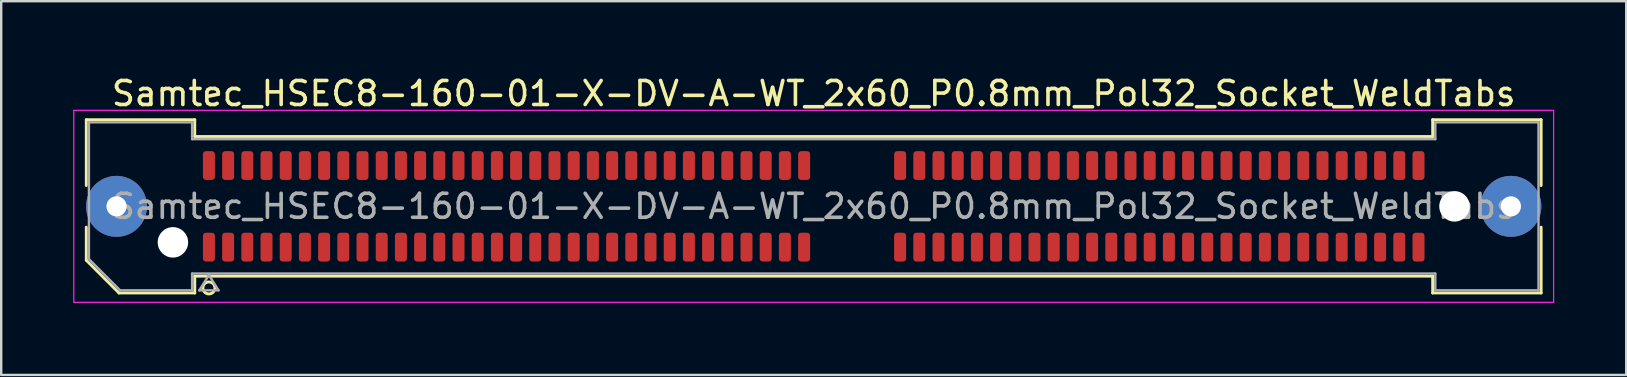
<source format=kicad_pcb>
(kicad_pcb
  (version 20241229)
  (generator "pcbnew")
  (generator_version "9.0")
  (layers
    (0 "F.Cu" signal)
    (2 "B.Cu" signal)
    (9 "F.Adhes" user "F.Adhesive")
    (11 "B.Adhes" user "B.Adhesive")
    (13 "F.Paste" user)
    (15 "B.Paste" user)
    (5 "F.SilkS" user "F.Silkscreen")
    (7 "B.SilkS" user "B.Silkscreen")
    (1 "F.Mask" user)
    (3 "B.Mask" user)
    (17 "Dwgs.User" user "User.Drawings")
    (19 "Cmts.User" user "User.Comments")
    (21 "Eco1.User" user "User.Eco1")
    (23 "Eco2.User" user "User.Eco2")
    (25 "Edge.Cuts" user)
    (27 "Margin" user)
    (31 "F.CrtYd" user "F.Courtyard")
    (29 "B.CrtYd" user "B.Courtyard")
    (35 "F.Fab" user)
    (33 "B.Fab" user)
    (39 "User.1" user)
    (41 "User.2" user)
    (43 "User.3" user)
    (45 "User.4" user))
  (footprint "Samtec_HSEC8-160-01-X-DV-A-WT_2x60_P0.8mm_Pol32_Socket_WeldTabs"
    (layer "F.Cu")
    (at 30.855 5.548)
    (property "Reference" "Samtec_HSEC8-160-01-X-DV-A-WT_2x60_P0.8mm_Pol32_Socket_WeldTabs" (at 0 -4.7 0) (layer "F.SilkS") (effects (font (size 1 1) (thickness 0.15))))
    (attr smd)
    (fp_line (start -30.31 -3.61) (end -25.79 -3.61) (stroke (width 0.12) (type solid)) (layer "F.SilkS"))
    (fp_line (start -30.31 -0.868) (end -30.31 -3.61) (stroke (width 0.12) (type solid)) (layer "F.SilkS"))
    (fp_line (start -30.31 2.246) (end -30.31 0.868) (stroke (width 0.12) (type solid)) (layer "F.SilkS"))
    (fp_line (start -28.946 3.61) (end -30.31 2.246) (stroke (width 0.12) (type solid)) (layer "F.SilkS"))
    (fp_line (start -25.79 -3.61) (end -25.79 -2.91) (stroke (width 0.12) (type solid)) (layer "F.SilkS"))
    (fp_line (start -25.79 -2.91) (end 25.79 -2.91) (stroke (width 0.12) (type solid)) (layer "F.SilkS"))
    (fp_line (start -25.79 2.91) (end -25.79 3.61) (stroke (width 0.12) (type solid)) (layer "F.SilkS"))
    (fp_line (start -25.79 3.61) (end -28.946 3.61) (stroke (width 0.12) (type solid)) (layer "F.SilkS"))
    (fp_line (start 25.79 -3.61) (end 30.31 -3.61) (stroke (width 0.12) (type solid)) (layer "F.SilkS"))
    (fp_line (start 25.79 -2.91) (end 25.79 -3.61) (stroke (width 0.12) (type solid)) (layer "F.SilkS"))
    (fp_line (start 25.79 2.91) (end -25.79 2.91) (stroke (width 0.12) (type solid)) (layer "F.SilkS"))
    (fp_line (start 25.79 3.61) (end 25.79 2.91) (stroke (width 0.12) (type solid)) (layer "F.SilkS"))
    (fp_line (start 30.31 -3.61) (end 30.31 -0.868) (stroke (width 0.12) (type solid)) (layer "F.SilkS"))
    (fp_line (start 30.31 0.868) (end 30.31 3.61) (stroke (width 0.12) (type solid)) (layer "F.SilkS"))
    (fp_line (start 30.31 3.61) (end 25.79 3.61) (stroke (width 0.12) (type solid)) (layer "F.SilkS"))
    (fp_circle (center -25.2 3.4) (end -24.95 3.4) (stroke (width 0.12) (type solid)) (fill no) (layer "F.SilkS"))
    (fp_line (start -30.83 -4) (end -30.83 4) (stroke (width 0.05) (type solid)) (layer "F.CrtYd"))
    (fp_line (start -30.83 4) (end 30.83 4) (stroke (width 0.05) (type solid)) (layer "F.CrtYd"))
    (fp_line (start 30.83 -4) (end -30.83 -4) (stroke (width 0.05) (type solid)) (layer "F.CrtYd"))
    (fp_line (start 30.83 4) (end 30.83 -4) (stroke (width 0.05) (type solid)) (layer "F.CrtYd"))
    (fp_line (start -30.2 -3.5) (end -25.9 -3.5) (stroke (width 0.1) (type solid)) (layer "F.Fab"))
    (fp_line (start -30.2 2.2) (end -30.2 -3.5) (stroke (width 0.1) (type solid)) (layer "F.Fab"))
    (fp_line (start -28.9 3.5) (end -30.2 2.2) (stroke (width 0.1) (type solid)) (layer "F.Fab"))
    (fp_line (start -25.9 -3.5) (end -25.9 -2.8) (stroke (width 0.1) (type solid)) (layer "F.Fab"))
    (fp_line (start -25.9 -2.8) (end 25.9 -2.8) (stroke (width 0.1) (type solid)) (layer "F.Fab"))
    (fp_line (start -25.9 2.8) (end -25.9 3.5) (stroke (width 0.1) (type solid)) (layer "F.Fab"))
    (fp_line (start -25.9 3.5) (end -28.9 3.5) (stroke (width 0.1) (type solid)) (layer "F.Fab"))
    (fp_line (start -25.6 3.5) (end -25.2 2.86) (stroke (width 0.1) (type solid)) (layer "F.Fab"))
    (fp_line (start -25.2 2.86) (end -24.8 3.5) (stroke (width 0.1) (type solid)) (layer "F.Fab"))
    (fp_line (start -24.8 3.5) (end -25.6 3.5) (stroke (width 0.1) (type solid)) (layer "F.Fab"))
    (fp_line (start 25.9 -3.5) (end 30.2 -3.5) (stroke (width 0.1) (type solid)) (layer "F.Fab"))
    (fp_line (start 25.9 -2.8) (end 25.9 -3.5) (stroke (width 0.1) (type solid)) (layer "F.Fab"))
    (fp_line (start 25.9 2.8) (end -25.9 2.8) (stroke (width 0.1) (type solid)) (layer "F.Fab"))
    (fp_line (start 25.9 3.5) (end 25.9 2.8) (stroke (width 0.1) (type solid)) (layer "F.Fab"))
    (fp_line (start 30.2 -3.5) (end 30.2 3.5) (stroke (width 0.1) (type solid)) (layer "F.Fab"))
    (fp_line (start 30.2 3.5) (end 25.9 3.5) (stroke (width 0.1) (type solid)) (layer "F.Fab"))
    (fp_text user "${REFERENCE}" (at 0 0 0) (layer "F.Fab") (effects (font (size 1 1) (thickness 0.15))))
    (pad "" thru_hole circle (at -29.05 0) (size 2.54 2.54) (drill 0.84) (layers "*.Cu" "*.Mask" "F.Paste"))
    (pad "" np_thru_hole circle (at -26.7 1.5) (size 1.27 1.27) (drill 1.27) (layers "*.Cu" "*.Mask"))
    (pad "" np_thru_hole circle (at 26.7 0) (size 1.27 1.27) (drill 1.27) (layers "*.Cu" "*.Mask"))
    (pad "" thru_hole circle (at 29.05 0) (size 2.54 2.54) (drill 0.84) (layers "*.Cu" "*.Mask" "F.Paste"))
    (pad "1" smd roundrect (at -25.2 1.7) (size 0.5 1.2) (layers "F.Cu" "F.Mask" "F.Paste") (roundrect_rratio 0.25))
    (pad "2" smd roundrect (at -25.2 -1.7) (size 0.5 1.2) (layers "F.Cu" "F.Mask" "F.Paste") (roundrect_rratio 0.25))
    (pad "3" smd roundrect (at -24.4 1.7) (size 0.5 1.2) (layers "F.Cu" "F.Mask" "F.Paste") (roundrect_rratio 0.25))
    (pad "4" smd roundrect (at -24.4 -1.7) (size 0.5 1.2) (layers "F.Cu" "F.Mask" "F.Paste") (roundrect_rratio 0.25))
    (pad "5" smd roundrect (at -23.6 1.7) (size 0.5 1.2) (layers "F.Cu" "F.Mask" "F.Paste") (roundrect_rratio 0.25))
    (pad "6" smd roundrect (at -23.6 -1.7) (size 0.5 1.2) (layers "F.Cu" "F.Mask" "F.Paste") (roundrect_rratio 0.25))
    (pad "7" smd roundrect (at -22.8 1.7) (size 0.5 1.2) (layers "F.Cu" "F.Mask" "F.Paste") (roundrect_rratio 0.25))
    (pad "8" smd roundrect (at -22.8 -1.7) (size 0.5 1.2) (layers "F.Cu" "F.Mask" "F.Paste") (roundrect_rratio 0.25))
    (pad "9" smd roundrect (at -22 1.7) (size 0.5 1.2) (layers "F.Cu" "F.Mask" "F.Paste") (roundrect_rratio 0.25))
    (pad "10" smd roundrect (at -22 -1.7) (size 0.5 1.2) (layers "F.Cu" "F.Mask" "F.Paste") (roundrect_rratio 0.25))
    (pad "11" smd roundrect (at -21.2 1.7) (size 0.5 1.2) (layers "F.Cu" "F.Mask" "F.Paste") (roundrect_rratio 0.25))
    (pad "12" smd roundrect (at -21.2 -1.7) (size 0.5 1.2) (layers "F.Cu" "F.Mask" "F.Paste") (roundrect_rratio 0.25))
    (pad "13" smd roundrect (at -20.4 1.7) (size 0.5 1.2) (layers "F.Cu" "F.Mask" "F.Paste") (roundrect_rratio 0.25))
    (pad "14" smd roundrect (at -20.4 -1.7) (size 0.5 1.2) (layers "F.Cu" "F.Mask" "F.Paste") (roundrect_rratio 0.25))
    (pad "15" smd roundrect (at -19.6 1.7) (size 0.5 1.2) (layers "F.Cu" "F.Mask" "F.Paste") (roundrect_rratio 0.25))
    (pad "16" smd roundrect (at -19.6 -1.7) (size 0.5 1.2) (layers "F.Cu" "F.Mask" "F.Paste") (roundrect_rratio 0.25))
    (pad "17" smd roundrect (at -18.8 1.7) (size 0.5 1.2) (layers "F.Cu" "F.Mask" "F.Paste") (roundrect_rratio 0.25))
    (pad "18" smd roundrect (at -18.8 -1.7) (size 0.5 1.2) (layers "F.Cu" "F.Mask" "F.Paste") (roundrect_rratio 0.25))
    (pad "19" smd roundrect (at -18 1.7) (size 0.5 1.2) (layers "F.Cu" "F.Mask" "F.Paste") (roundrect_rratio 0.25))
    (pad "20" smd roundrect (at -18 -1.7) (size 0.5 1.2) (layers "F.Cu" "F.Mask" "F.Paste") (roundrect_rratio 0.25))
    (pad "21" smd roundrect (at -17.2 1.7) (size 0.5 1.2) (layers "F.Cu" "F.Mask" "F.Paste") (roundrect_rratio 0.25))
    (pad "22" smd roundrect (at -17.2 -1.7) (size 0.5 1.2) (layers "F.Cu" "F.Mask" "F.Paste") (roundrect_rratio 0.25))
    (pad "23" smd roundrect (at -16.4 1.7) (size 0.5 1.2) (layers "F.Cu" "F.Mask" "F.Paste") (roundrect_rratio 0.25))
    (pad "24" smd roundrect (at -16.4 -1.7) (size 0.5 1.2) (layers "F.Cu" "F.Mask" "F.Paste") (roundrect_rratio 0.25))
    (pad "25" smd roundrect (at -15.6 1.7) (size 0.5 1.2) (layers "F.Cu" "F.Mask" "F.Paste") (roundrect_rratio 0.25))
    (pad "26" smd roundrect (at -15.6 -1.7) (size 0.5 1.2) (layers "F.Cu" "F.Mask" "F.Paste") (roundrect_rratio 0.25))
    (pad "27" smd roundrect (at -14.8 1.7) (size 0.5 1.2) (layers "F.Cu" "F.Mask" "F.Paste") (roundrect_rratio 0.25))
    (pad "28" smd roundrect (at -14.8 -1.7) (size 0.5 1.2) (layers "F.Cu" "F.Mask" "F.Paste") (roundrect_rratio 0.25))
    (pad "29" smd roundrect (at -14 1.7) (size 0.5 1.2) (layers "F.Cu" "F.Mask" "F.Paste") (roundrect_rratio 0.25))
    (pad "30" smd roundrect (at -14 -1.7) (size 0.5 1.2) (layers "F.Cu" "F.Mask" "F.Paste") (roundrect_rratio 0.25))
    (pad "31" smd roundrect (at -13.2 1.7) (size 0.5 1.2) (layers "F.Cu" "F.Mask" "F.Paste") (roundrect_rratio 0.25))
    (pad "32" smd roundrect (at -13.2 -1.7) (size 0.5 1.2) (layers "F.Cu" "F.Mask" "F.Paste") (roundrect_rratio 0.25))
    (pad "33" smd roundrect (at -12.4 1.7) (size 0.5 1.2) (layers "F.Cu" "F.Mask" "F.Paste") (roundrect_rratio 0.25))
    (pad "34" smd roundrect (at -12.4 -1.7) (size 0.5 1.2) (layers "F.Cu" "F.Mask" "F.Paste") (roundrect_rratio 0.25))
    (pad "35" smd roundrect (at -11.6 1.7) (size 0.5 1.2) (layers "F.Cu" "F.Mask" "F.Paste") (roundrect_rratio 0.25))
    (pad "36" smd roundrect (at -11.6 -1.7) (size 0.5 1.2) (layers "F.Cu" "F.Mask" "F.Paste") (roundrect_rratio 0.25))
    (pad "37" smd roundrect (at -10.8 1.7) (size 0.5 1.2) (layers "F.Cu" "F.Mask" "F.Paste") (roundrect_rratio 0.25))
    (pad "38" smd roundrect (at -10.8 -1.7) (size 0.5 1.2) (layers "F.Cu" "F.Mask" "F.Paste") (roundrect_rratio 0.25))
    (pad "39" smd roundrect (at -10 1.7) (size 0.5 1.2) (layers "F.Cu" "F.Mask" "F.Paste") (roundrect_rratio 0.25))
    (pad "40" smd roundrect (at -10 -1.7) (size 0.5 1.2) (layers "F.Cu" "F.Mask" "F.Paste") (roundrect_rratio 0.25))
    (pad "41" smd roundrect (at -9.2 1.7) (size 0.5 1.2) (layers "F.Cu" "F.Mask" "F.Paste") (roundrect_rratio 0.25))
    (pad "42" smd roundrect (at -9.2 -1.7) (size 0.5 1.2) (layers "F.Cu" "F.Mask" "F.Paste") (roundrect_rratio 0.25))
    (pad "43" smd roundrect (at -8.4 1.7) (size 0.5 1.2) (layers "F.Cu" "F.Mask" "F.Paste") (roundrect_rratio 0.25))
    (pad "44" smd roundrect (at -8.4 -1.7) (size 0.5 1.2) (layers "F.Cu" "F.Mask" "F.Paste") (roundrect_rratio 0.25))
    (pad "45" smd roundrect (at -7.6 1.7) (size 0.5 1.2) (layers "F.Cu" "F.Mask" "F.Paste") (roundrect_rratio 0.25))
    (pad "46" smd roundrect (at -7.6 -1.7) (size 0.5 1.2) (layers "F.Cu" "F.Mask" "F.Paste") (roundrect_rratio 0.25))
    (pad "47" smd roundrect (at -6.8 1.7) (size 0.5 1.2) (layers "F.Cu" "F.Mask" "F.Paste") (roundrect_rratio 0.25))
    (pad "48" smd roundrect (at -6.8 -1.7) (size 0.5 1.2) (layers "F.Cu" "F.Mask" "F.Paste") (roundrect_rratio 0.25))
    (pad "49" smd roundrect (at -6 1.7) (size 0.5 1.2) (layers "F.Cu" "F.Mask" "F.Paste") (roundrect_rratio 0.25))
    (pad "50" smd roundrect (at -6 -1.7) (size 0.5 1.2) (layers "F.Cu" "F.Mask" "F.Paste") (roundrect_rratio 0.25))
    (pad "51" smd roundrect (at -5.2 1.7) (size 0.5 1.2) (layers "F.Cu" "F.Mask" "F.Paste") (roundrect_rratio 0.25))
    (pad "52" smd roundrect (at -5.2 -1.7) (size 0.5 1.2) (layers "F.Cu" "F.Mask" "F.Paste") (roundrect_rratio 0.25))
    (pad "53" smd roundrect (at -4.4 1.7) (size 0.5 1.2) (layers "F.Cu" "F.Mask" "F.Paste") (roundrect_rratio 0.25))
    (pad "54" smd roundrect (at -4.4 -1.7) (size 0.5 1.2) (layers "F.Cu" "F.Mask" "F.Paste") (roundrect_rratio 0.25))
    (pad "55" smd roundrect (at -3.6 1.7) (size 0.5 1.2) (layers "F.Cu" "F.Mask" "F.Paste") (roundrect_rratio 0.25))
    (pad "56" smd roundrect (at -3.6 -1.7) (size 0.5 1.2) (layers "F.Cu" "F.Mask" "F.Paste") (roundrect_rratio 0.25))
    (pad "57" smd roundrect (at -2.8 1.7) (size 0.5 1.2) (layers "F.Cu" "F.Mask" "F.Paste") (roundrect_rratio 0.25))
    (pad "58" smd roundrect (at -2.8 -1.7) (size 0.5 1.2) (layers "F.Cu" "F.Mask" "F.Paste") (roundrect_rratio 0.25))
    (pad "59" smd roundrect (at -2 1.7) (size 0.5 1.2) (layers "F.Cu" "F.Mask" "F.Paste") (roundrect_rratio 0.25))
    (pad "60" smd roundrect (at -2 -1.7) (size 0.5 1.2) (layers "F.Cu" "F.Mask" "F.Paste") (roundrect_rratio 0.25))
    (pad "61" smd roundrect (at -1.2 1.7) (size 0.5 1.2) (layers "F.Cu" "F.Mask" "F.Paste") (roundrect_rratio 0.25))
    (pad "62" smd roundrect (at -1.2 -1.7) (size 0.5 1.2) (layers "F.Cu" "F.Mask" "F.Paste") (roundrect_rratio 0.25))
    (pad "63" smd roundrect (at -0.4 1.7) (size 0.5 1.2) (layers "F.Cu" "F.Mask" "F.Paste") (roundrect_rratio 0.25))
    (pad "64" smd roundrect (at -0.4 -1.7) (size 0.5 1.2) (layers "F.Cu" "F.Mask" "F.Paste") (roundrect_rratio 0.25))
    (pad "65" smd roundrect (at 3.6 1.7) (size 0.5 1.2) (layers "F.Cu" "F.Mask" "F.Paste") (roundrect_rratio 0.25))
    (pad "66" smd roundrect (at 3.6 -1.7) (size 0.5 1.2) (layers "F.Cu" "F.Mask" "F.Paste") (roundrect_rratio 0.25))
    (pad "67" smd roundrect (at 4.4 1.7) (size 0.5 1.2) (layers "F.Cu" "F.Mask" "F.Paste") (roundrect_rratio 0.25))
    (pad "68" smd roundrect (at 4.4 -1.7) (size 0.5 1.2) (layers "F.Cu" "F.Mask" "F.Paste") (roundrect_rratio 0.25))
    (pad "69" smd roundrect (at 5.2 1.7) (size 0.5 1.2) (layers "F.Cu" "F.Mask" "F.Paste") (roundrect_rratio 0.25))
    (pad "70" smd roundrect (at 5.2 -1.7) (size 0.5 1.2) (layers "F.Cu" "F.Mask" "F.Paste") (roundrect_rratio 0.25))
    (pad "71" smd roundrect (at 6 1.7) (size 0.5 1.2) (layers "F.Cu" "F.Mask" "F.Paste") (roundrect_rratio 0.25))
    (pad "72" smd roundrect (at 6 -1.7) (size 0.5 1.2) (layers "F.Cu" "F.Mask" "F.Paste") (roundrect_rratio 0.25))
    (pad "73" smd roundrect (at 6.8 1.7) (size 0.5 1.2) (layers "F.Cu" "F.Mask" "F.Paste") (roundrect_rratio 0.25))
    (pad "74" smd roundrect (at 6.8 -1.7) (size 0.5 1.2) (layers "F.Cu" "F.Mask" "F.Paste") (roundrect_rratio 0.25))
    (pad "75" smd roundrect (at 7.6 1.7) (size 0.5 1.2) (layers "F.Cu" "F.Mask" "F.Paste") (roundrect_rratio 0.25))
    (pad "76" smd roundrect (at 7.6 -1.7) (size 0.5 1.2) (layers "F.Cu" "F.Mask" "F.Paste") (roundrect_rratio 0.25))
    (pad "77" smd roundrect (at 8.4 1.7) (size 0.5 1.2) (layers "F.Cu" "F.Mask" "F.Paste") (roundrect_rratio 0.25))
    (pad "78" smd roundrect (at 8.4 -1.7) (size 0.5 1.2) (layers "F.Cu" "F.Mask" "F.Paste") (roundrect_rratio 0.25))
    (pad "79" smd roundrect (at 9.2 1.7) (size 0.5 1.2) (layers "F.Cu" "F.Mask" "F.Paste") (roundrect_rratio 0.25))
    (pad "80" smd roundrect (at 9.2 -1.7) (size 0.5 1.2) (layers "F.Cu" "F.Mask" "F.Paste") (roundrect_rratio 0.25))
    (pad "81" smd roundrect (at 10 1.7) (size 0.5 1.2) (layers "F.Cu" "F.Mask" "F.Paste") (roundrect_rratio 0.25))
    (pad "82" smd roundrect (at 10 -1.7) (size 0.5 1.2) (layers "F.Cu" "F.Mask" "F.Paste") (roundrect_rratio 0.25))
    (pad "83" smd roundrect (at 10.8 1.7) (size 0.5 1.2) (layers "F.Cu" "F.Mask" "F.Paste") (roundrect_rratio 0.25))
    (pad "84" smd roundrect (at 10.8 -1.7) (size 0.5 1.2) (layers "F.Cu" "F.Mask" "F.Paste") (roundrect_rratio 0.25))
    (pad "85" smd roundrect (at 11.6 1.7) (size 0.5 1.2) (layers "F.Cu" "F.Mask" "F.Paste") (roundrect_rratio 0.25))
    (pad "86" smd roundrect (at 11.6 -1.7) (size 0.5 1.2) (layers "F.Cu" "F.Mask" "F.Paste") (roundrect_rratio 0.25))
    (pad "87" smd roundrect (at 12.4 1.7) (size 0.5 1.2) (layers "F.Cu" "F.Mask" "F.Paste") (roundrect_rratio 0.25))
    (pad "88" smd roundrect (at 12.4 -1.7) (size 0.5 1.2) (layers "F.Cu" "F.Mask" "F.Paste") (roundrect_rratio 0.25))
    (pad "89" smd roundrect (at 13.2 1.7) (size 0.5 1.2) (layers "F.Cu" "F.Mask" "F.Paste") (roundrect_rratio 0.25))
    (pad "90" smd roundrect (at 13.2 -1.7) (size 0.5 1.2) (layers "F.Cu" "F.Mask" "F.Paste") (roundrect_rratio 0.25))
    (pad "91" smd roundrect (at 14 1.7) (size 0.5 1.2) (layers "F.Cu" "F.Mask" "F.Paste") (roundrect_rratio 0.25))
    (pad "92" smd roundrect (at 14 -1.7) (size 0.5 1.2) (layers "F.Cu" "F.Mask" "F.Paste") (roundrect_rratio 0.25))
    (pad "93" smd roundrect (at 14.8 1.7) (size 0.5 1.2) (layers "F.Cu" "F.Mask" "F.Paste") (roundrect_rratio 0.25))
    (pad "94" smd roundrect (at 14.8 -1.7) (size 0.5 1.2) (layers "F.Cu" "F.Mask" "F.Paste") (roundrect_rratio 0.25))
    (pad "95" smd roundrect (at 15.6 1.7) (size 0.5 1.2) (layers "F.Cu" "F.Mask" "F.Paste") (roundrect_rratio 0.25))
    (pad "96" smd roundrect (at 15.6 -1.7) (size 0.5 1.2) (layers "F.Cu" "F.Mask" "F.Paste") (roundrect_rratio 0.25))
    (pad "97" smd roundrect (at 16.4 1.7) (size 0.5 1.2) (layers "F.Cu" "F.Mask" "F.Paste") (roundrect_rratio 0.25))
    (pad "98" smd roundrect (at 16.4 -1.7) (size 0.5 1.2) (layers "F.Cu" "F.Mask" "F.Paste") (roundrect_rratio 0.25))
    (pad "99" smd roundrect (at 17.2 1.7) (size 0.5 1.2) (layers "F.Cu" "F.Mask" "F.Paste") (roundrect_rratio 0.25))
    (pad "100" smd roundrect (at 17.2 -1.7) (size 0.5 1.2) (layers "F.Cu" "F.Mask" "F.Paste") (roundrect_rratio 0.25))
    (pad "101" smd roundrect (at 18 1.7) (size 0.5 1.2) (layers "F.Cu" "F.Mask" "F.Paste") (roundrect_rratio 0.25))
    (pad "102" smd roundrect (at 18 -1.7) (size 0.5 1.2) (layers "F.Cu" "F.Mask" "F.Paste") (roundrect_rratio 0.25))
    (pad "103" smd roundrect (at 18.8 1.7) (size 0.5 1.2) (layers "F.Cu" "F.Mask" "F.Paste") (roundrect_rratio 0.25))
    (pad "104" smd roundrect (at 18.8 -1.7) (size 0.5 1.2) (layers "F.Cu" "F.Mask" "F.Paste") (roundrect_rratio 0.25))
    (pad "105" smd roundrect (at 19.6 1.7) (size 0.5 1.2) (layers "F.Cu" "F.Mask" "F.Paste") (roundrect_rratio 0.25))
    (pad "106" smd roundrect (at 19.6 -1.7) (size 0.5 1.2) (layers "F.Cu" "F.Mask" "F.Paste") (roundrect_rratio 0.25))
    (pad "107" smd roundrect (at 20.4 1.7) (size 0.5 1.2) (layers "F.Cu" "F.Mask" "F.Paste") (roundrect_rratio 0.25))
    (pad "108" smd roundrect (at 20.4 -1.7) (size 0.5 1.2) (layers "F.Cu" "F.Mask" "F.Paste") (roundrect_rratio 0.25))
    (pad "109" smd roundrect (at 21.2 1.7) (size 0.5 1.2) (layers "F.Cu" "F.Mask" "F.Paste") (roundrect_rratio 0.25))
    (pad "110" smd roundrect (at 21.2 -1.7) (size 0.5 1.2) (layers "F.Cu" "F.Mask" "F.Paste") (roundrect_rratio 0.25))
    (pad "111" smd roundrect (at 22 1.7) (size 0.5 1.2) (layers "F.Cu" "F.Mask" "F.Paste") (roundrect_rratio 0.25))
    (pad "112" smd roundrect (at 22 -1.7) (size 0.5 1.2) (layers "F.Cu" "F.Mask" "F.Paste") (roundrect_rratio 0.25))
    (pad "113" smd roundrect (at 22.8 1.7) (size 0.5 1.2) (layers "F.Cu" "F.Mask" "F.Paste") (roundrect_rratio 0.25))
    (pad "114" smd roundrect (at 22.8 -1.7) (size 0.5 1.2) (layers "F.Cu" "F.Mask" "F.Paste") (roundrect_rratio 0.25))
    (pad "115" smd roundrect (at 23.6 1.7) (size 0.5 1.2) (layers "F.Cu" "F.Mask" "F.Paste") (roundrect_rratio 0.25))
    (pad "116" smd roundrect (at 23.6 -1.7) (size 0.5 1.2) (layers "F.Cu" "F.Mask" "F.Paste") (roundrect_rratio 0.25))
    (pad "117" smd roundrect (at 24.4 1.7) (size 0.5 1.2) (layers "F.Cu" "F.Mask" "F.Paste") (roundrect_rratio 0.25))
    (pad "118" smd roundrect (at 24.4 -1.7) (size 0.5 1.2) (layers "F.Cu" "F.Mask" "F.Paste") (roundrect_rratio 0.25))
    (pad "119" smd roundrect (at 25.2 1.7) (size 0.5 1.2) (layers "F.Cu" "F.Mask" "F.Paste") (roundrect_rratio 0.25))
    (pad "120" smd roundrect (at 25.2 -1.7) (size 0.5 1.2) (layers "F.Cu" "F.Mask" "F.Paste") (roundrect_rratio 0.25)))
  (gr_rect
    (start -3 -3)
    (end 64.71 12.573)
    (stroke (width 0.1) (type default))
    (fill no)
    (layer "Edge.Cuts")))
</source>
